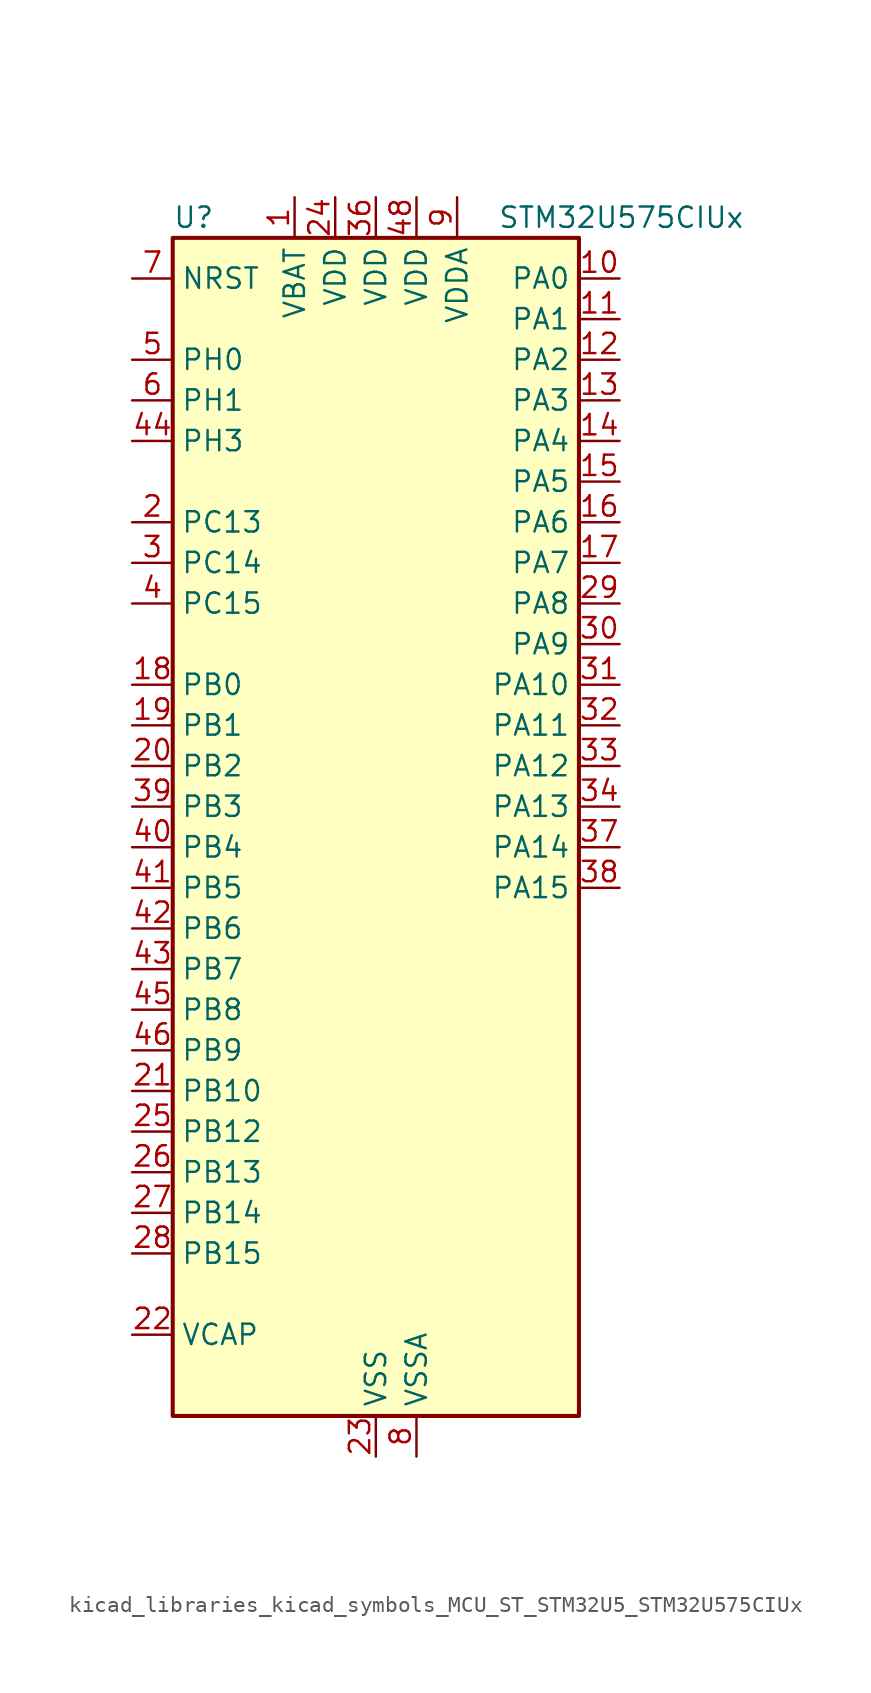
<source format=kicad_sym>
(kicad_symbol_lib
  (version 20220914)
  (generator kicad_symbol_editor)
  (symbol "kicad_libraries_kicad_symbols_MCU_ST_STM32U5_STM32U575CIUx"
    (property "Reference" "U"
      (at -12.7 39.37 0)
      (effects (font (size 1.27 1.27)) (justify left)))
    (property "Value" "STM32U575CIUx"
      (at 7.62 39.37 0)
      (effects (font (size 1.27 1.27)) (justify left)))
    (property "ki_locked" ""
      (at 0 0 0)
      (effects (font (size 1.27 1.27))))
    (symbol "kicad_libraries_kicad_symbols_MCU_ST_STM32U5_STM32U575CIUx_0_1"
      (rectangle (start -12.7 -35.56) (end 12.7 38.1) (stroke (width 0.254) (type default)) (fill (type background))))
    (symbol "kicad_libraries_kicad_symbols_MCU_ST_STM32U5_STM32U575CIUx_1_1"
      (pin power_in line (at -5.08 40.64 270) (length 2.54) (name "VBAT" (effects (font (size 1.27 1.27)))) (number "1" (effects (font (size 1.27 1.27)))))
      (pin bidirectional line (at 15.24 35.56 180) (length 2.54) (name "PA0" (effects (font (size 1.27 1.27)))) (number "10" (effects (font (size 1.27 1.27)))) (alternate "ADC1_IN5" bidirectional line) (alternate "AUDIOCLK" bidirectional line) (alternate "OCTOSPIM_P2_NCS" bidirectional line) (alternate "OPAMP1_VINP" bidirectional line) (alternate "PWR_WKUP1" bidirectional line) (alternate "SPI3_RDY" bidirectional line) (alternate "TAMP_IN2" bidirectional line) (alternate "TAMP_OUT1" bidirectional line) (alternate "TIM2_CH1" bidirectional line) (alternate "TIM2_ETR" bidirectional line) (alternate "TIM5_CH1" bidirectional line) (alternate "TIM8_ETR" bidirectional line) (alternate "UART4_TX" bidirectional line) (alternate "USART2_CTS" bidirectional line))
      (pin bidirectional line (at 15.24 33.02 180) (length 2.54) (name "PA1" (effects (font (size 1.27 1.27)))) (number "11" (effects (font (size 1.27 1.27)))) (alternate "ADC1_IN6" bidirectional line) (alternate "I2C1_SMBA" bidirectional line) (alternate "LPTIM1_CH2" bidirectional line) (alternate "OCTOSPIM_P1_DQS" bidirectional line) (alternate "OPAMP1_VINM" bidirectional line) (alternate "PWR_WKUP3" bidirectional line) (alternate "SPI1_SCK" bidirectional line) (alternate "TAMP_IN5" bidirectional line) (alternate "TAMP_OUT4" bidirectional line) (alternate "TIM15_CH1N" bidirectional line) (alternate "TIM2_CH2" bidirectional line) (alternate "TIM5_CH2" bidirectional line) (alternate "UART4_RX" bidirectional line) (alternate "USART2_DE" bidirectional line) (alternate "USART2_RTS" bidirectional line))
      (pin bidirectional line (at 15.24 30.48 180) (length 2.54) (name "PA2" (effects (font (size 1.27 1.27)))) (number "12" (effects (font (size 1.27 1.27)))) (alternate "ADC1_IN7" bidirectional line) (alternate "COMP1_INP" bidirectional line) (alternate "LPUART1_TX" bidirectional line) (alternate "OCTOSPIM_P1_NCS" bidirectional line) (alternate "PWR_WKUP4" bidirectional line) (alternate "RCC_LSCO" bidirectional line) (alternate "SPI1_RDY" bidirectional line) (alternate "TIM15_CH1" bidirectional line) (alternate "TIM2_CH3" bidirectional line) (alternate "TIM5_CH3" bidirectional line) (alternate "UCPD1_FRSTX1" bidirectional line) (alternate "USART2_TX" bidirectional line))
      (pin bidirectional line (at 15.24 27.94 180) (length 2.54) (name "PA3" (effects (font (size 1.27 1.27)))) (number "13" (effects (font (size 1.27 1.27)))) (alternate "ADC1_IN8" bidirectional line) (alternate "LPUART1_RX" bidirectional line) (alternate "OCTOSPIM_P1_CLK" bidirectional line) (alternate "OPAMP1_VOUT" bidirectional line) (alternate "PWR_WKUP5" bidirectional line) (alternate "SAI1_CK1" bidirectional line) (alternate "SAI1_MCLK_A" bidirectional line) (alternate "TIM15_CH2" bidirectional line) (alternate "TIM2_CH4" bidirectional line) (alternate "TIM5_CH4" bidirectional line) (alternate "USART2_RX" bidirectional line))
      (pin bidirectional line (at 15.24 25.4 180) (length 2.54) (name "PA4" (effects (font (size 1.27 1.27)))) (number "14" (effects (font (size 1.27 1.27)))) (alternate "ADC1_IN9" bidirectional line) (alternate "ADC4_IN9" bidirectional line) (alternate "DAC1_OUT1" bidirectional line) (alternate "LPTIM2_CH1" bidirectional line) (alternate "OCTOSPIM_P1_NCS" bidirectional line) (alternate "PWR_WKUP2" bidirectional line) (alternate "SAI1_FS_B" bidirectional line) (alternate "SPI1_NSS" bidirectional line) (alternate "SPI3_NSS" bidirectional line) (alternate "USART2_CK" bidirectional line))
      (pin bidirectional line (at 15.24 22.86 180) (length 2.54) (name "PA5" (effects (font (size 1.27 1.27)))) (number "15" (effects (font (size 1.27 1.27)))) (alternate "ADC1_IN10" bidirectional line) (alternate "ADC4_IN10" bidirectional line) (alternate "DAC1_OUT2" bidirectional line) (alternate "LPTIM2_ETR" bidirectional line) (alternate "PWR_CSLEEP" bidirectional line) (alternate "PWR_WKUP6" bidirectional line) (alternate "SPI1_SCK" bidirectional line) (alternate "TIM2_CH1" bidirectional line) (alternate "TIM2_ETR" bidirectional line) (alternate "TIM8_CH1N" bidirectional line) (alternate "USART3_RX" bidirectional line))
      (pin bidirectional line (at 15.24 20.32 180) (length 2.54) (name "PA6" (effects (font (size 1.27 1.27)))) (number "16" (effects (font (size 1.27 1.27)))) (alternate "ADC1_IN11" bidirectional line) (alternate "ADC4_IN11" bidirectional line) (alternate "LPUART1_CTS" bidirectional line) (alternate "OCTOSPIM_P1_IO3" bidirectional line) (alternate "OPAMP2_VINP" bidirectional line) (alternate "PWR_CDSTOP" bidirectional line) (alternate "PWR_WKUP7" bidirectional line) (alternate "SPI1_MISO" bidirectional line) (alternate "TIM16_CH1" bidirectional line) (alternate "TIM1_BKIN" bidirectional line) (alternate "TIM3_CH1" bidirectional line) (alternate "TIM8_BKIN" bidirectional line) (alternate "USART3_CTS" bidirectional line))
      (pin bidirectional line (at 15.24 17.78 180) (length 2.54) (name "PA7" (effects (font (size 1.27 1.27)))) (number "17" (effects (font (size 1.27 1.27)))) (alternate "ADC1_IN12" bidirectional line) (alternate "ADC4_IN20" bidirectional line) (alternate "I2C3_SCL" bidirectional line) (alternate "LPTIM2_CH2" bidirectional line) (alternate "OCTOSPIM_P1_IO2" bidirectional line) (alternate "OPAMP2_VINM" bidirectional line) (alternate "PWR_SRDSTOP" bidirectional line) (alternate "PWR_WKUP8" bidirectional line) (alternate "SPI1_MOSI" bidirectional line) (alternate "TIM17_CH1" bidirectional line) (alternate "TIM1_CH1N" bidirectional line) (alternate "TIM3_CH2" bidirectional line) (alternate "TIM8_CH1N" bidirectional line) (alternate "USART3_TX" bidirectional line))
      (pin bidirectional line (at -15.24 10.16 0) (length 2.54) (name "PB0" (effects (font (size 1.27 1.27)))) (number "18" (effects (font (size 1.27 1.27)))) (alternate "ADC1_IN15" bidirectional line) (alternate "ADC4_IN18" bidirectional line) (alternate "AUDIOCLK" bidirectional line) (alternate "COMP1_OUT" bidirectional line) (alternate "LPTIM3_CH1" bidirectional line) (alternate "OCTOSPIM_P1_IO1" bidirectional line) (alternate "OPAMP2_VOUT" bidirectional line) (alternate "SPI1_NSS" bidirectional line) (alternate "TIM1_CH2N" bidirectional line) (alternate "TIM3_CH3" bidirectional line) (alternate "TIM8_CH2N" bidirectional line) (alternate "USART3_CK" bidirectional line))
      (pin bidirectional line (at -15.24 7.62 0) (length 2.54) (name "PB1" (effects (font (size 1.27 1.27)))) (number "19" (effects (font (size 1.27 1.27)))) (alternate "ADC1_IN16" bidirectional line) (alternate "ADC4_IN19" bidirectional line) (alternate "COMP1_INM" bidirectional line) (alternate "LPTIM2_IN1" bidirectional line) (alternate "LPTIM3_CH2" bidirectional line) (alternate "LPUART1_DE" bidirectional line) (alternate "LPUART1_RTS" bidirectional line) (alternate "MDF1_SDI0" bidirectional line) (alternate "OCTOSPIM_P1_IO0" bidirectional line) (alternate "PWR_WKUP4" bidirectional line) (alternate "TIM1_CH3N" bidirectional line) (alternate "TIM3_CH4" bidirectional line) (alternate "TIM8_CH3N" bidirectional line) (alternate "USART3_DE" bidirectional line) (alternate "USART3_RTS" bidirectional line))
      (pin bidirectional line (at -15.24 20.32 0) (length 2.54) (name "PC13" (effects (font (size 1.27 1.27)))) (number "2" (effects (font (size 1.27 1.27)))) (alternate "PWR_WKUP2" bidirectional line) (alternate "RTC_OUT1" bidirectional line) (alternate "RTC_TS" bidirectional line) (alternate "TAMP_IN1" bidirectional line) (alternate "TAMP_OUT2" bidirectional line))
      (pin bidirectional line (at -15.24 5.08 0) (length 2.54) (name "PB2" (effects (font (size 1.27 1.27)))) (number "20" (effects (font (size 1.27 1.27)))) (alternate "ADC1_IN17" bidirectional line) (alternate "COMP1_INP" bidirectional line) (alternate "I2C3_SMBA" bidirectional line) (alternate "LPTIM1_CH1" bidirectional line) (alternate "MDF1_CKI0" bidirectional line) (alternate "OCTOSPIM_P1_DQS" bidirectional line) (alternate "PWR_WKUP1" bidirectional line) (alternate "RTC_OUT2" bidirectional line) (alternate "SPI1_RDY" bidirectional line) (alternate "TIM8_CH4N" bidirectional line) (alternate "UCPD1_FRSTX1" bidirectional line))
      (pin bidirectional line (at -15.24 -15.24 0) (length 2.54) (name "PB10" (effects (font (size 1.27 1.27)))) (number "21" (effects (font (size 1.27 1.27)))) (alternate "COMP1_OUT" bidirectional line) (alternate "I2C2_SCL" bidirectional line) (alternate "I2C4_SCL" bidirectional line) (alternate "LPTIM3_CH1" bidirectional line) (alternate "LPUART1_RX" bidirectional line) (alternate "OCTOSPIM_P1_CLK" bidirectional line) (alternate "PWR_WKUP8" bidirectional line) (alternate "SAI1_SCK_A" bidirectional line) (alternate "SPI2_SCK" bidirectional line) (alternate "TIM2_CH3" bidirectional line) (alternate "TSC_SYNC" bidirectional line) (alternate "USART3_TX" bidirectional line))
      (pin power_out line (at -15.24 -30.48 0) (length 2.54) (name "VCAP" (effects (font (size 1.27 1.27)))) (number "22" (effects (font (size 1.27 1.27)))))
      (pin power_in line (at 0 -38.1 90) (length 2.54) (name "VSS" (effects (font (size 1.27 1.27)))) (number "23" (effects (font (size 1.27 1.27)))))
      (pin power_in line (at -2.54 40.64 270) (length 2.54) (name "VDD" (effects (font (size 1.27 1.27)))) (number "24" (effects (font (size 1.27 1.27)))))
      (pin bidirectional line (at -15.24 -17.78 0) (length 2.54) (name "PB12" (effects (font (size 1.27 1.27)))) (number "25" (effects (font (size 1.27 1.27)))) (alternate "I2C2_SMBA" bidirectional line) (alternate "LPUART1_DE" bidirectional line) (alternate "LPUART1_RTS" bidirectional line) (alternate "MDF1_SDI1" bidirectional line) (alternate "OCTOSPIM_P1_NCLK" bidirectional line) (alternate "SPI2_NSS" bidirectional line) (alternate "TIM15_BKIN" bidirectional line) (alternate "TIM1_BKIN" bidirectional line) (alternate "TSC_G1_IO1" bidirectional line) (alternate "USART3_CK" bidirectional line))
      (pin bidirectional line (at -15.24 -20.32 0) (length 2.54) (name "PB13" (effects (font (size 1.27 1.27)))) (number "26" (effects (font (size 1.27 1.27)))) (alternate "I2C2_SCL" bidirectional line) (alternate "LPTIM3_IN1" bidirectional line) (alternate "LPUART1_CTS" bidirectional line) (alternate "MDF1_CKI1" bidirectional line) (alternate "SPI2_SCK" bidirectional line) (alternate "TIM15_CH1N" bidirectional line) (alternate "TIM1_CH1N" bidirectional line) (alternate "TSC_G1_IO2" bidirectional line) (alternate "USART3_CTS" bidirectional line))
      (pin bidirectional line (at -15.24 -22.86 0) (length 2.54) (name "PB14" (effects (font (size 1.27 1.27)))) (number "27" (effects (font (size 1.27 1.27)))) (alternate "I2C2_SDA" bidirectional line) (alternate "LPTIM3_ETR" bidirectional line) (alternate "MDF1_SDI2" bidirectional line) (alternate "SPI2_MISO" bidirectional line) (alternate "TIM15_CH1" bidirectional line) (alternate "TIM1_CH2N" bidirectional line) (alternate "TIM8_CH2N" bidirectional line) (alternate "TSC_G1_IO3" bidirectional line) (alternate "UCPD1_DBCC2" bidirectional line) (alternate "USART3_DE" bidirectional line) (alternate "USART3_RTS" bidirectional line))
      (pin bidirectional line (at -15.24 -25.4 0) (length 2.54) (name "PB15" (effects (font (size 1.27 1.27)))) (number "28" (effects (font (size 1.27 1.27)))) (alternate "ADC1_EXTI15" bidirectional line) (alternate "ADC4_EXTI15" bidirectional line) (alternate "LPTIM2_IN2" bidirectional line) (alternate "MDF1_CKI2" bidirectional line) (alternate "PWR_WKUP7" bidirectional line) (alternate "RTC_REFIN" bidirectional line) (alternate "SPI2_MOSI" bidirectional line) (alternate "TIM15_CH2" bidirectional line) (alternate "TIM1_CH3N" bidirectional line) (alternate "TIM8_CH3N" bidirectional line) (alternate "UCPD1_CC2" bidirectional line))
      (pin bidirectional line (at 15.24 15.24 180) (length 2.54) (name "PA8" (effects (font (size 1.27 1.27)))) (number "29" (effects (font (size 1.27 1.27)))) (alternate "DEBUG_TRACECLK" bidirectional line) (alternate "LPTIM2_CH1" bidirectional line) (alternate "RCC_MCO" bidirectional line) (alternate "SAI1_CK2" bidirectional line) (alternate "SAI1_SCK_A" bidirectional line) (alternate "SPI1_RDY" bidirectional line) (alternate "TIM1_CH1" bidirectional line) (alternate "USART1_CK" bidirectional line) (alternate "USB_OTG_FS_SOF" bidirectional line))
      (pin bidirectional line (at -15.24 17.78 0) (length 2.54) (name "PC14" (effects (font (size 1.27 1.27)))) (number "3" (effects (font (size 1.27 1.27)))) (alternate "RCC_OSC32_IN" bidirectional line))
      (pin bidirectional line (at 15.24 12.7 180) (length 2.54) (name "PA9" (effects (font (size 1.27 1.27)))) (number "30" (effects (font (size 1.27 1.27)))) (alternate "DAC1_EXTI9" bidirectional line) (alternate "SAI1_FS_A" bidirectional line) (alternate "SPI2_SCK" bidirectional line) (alternate "TIM15_BKIN" bidirectional line) (alternate "TIM1_CH2" bidirectional line) (alternate "USART1_TX" bidirectional line) (alternate "USB_OTG_FS_VBUS" bidirectional line))
      (pin bidirectional line (at 15.24 10.16 180) (length 2.54) (name "PA10" (effects (font (size 1.27 1.27)))) (number "31" (effects (font (size 1.27 1.27)))) (alternate "CRS_SYNC" bidirectional line) (alternate "LPTIM2_IN2" bidirectional line) (alternate "SAI1_D1" bidirectional line) (alternate "SAI1_SD_A" bidirectional line) (alternate "TIM17_BKIN" bidirectional line) (alternate "TIM1_CH3" bidirectional line) (alternate "USART1_RX" bidirectional line) (alternate "USB_OTG_FS_ID" bidirectional line))
      (pin bidirectional line (at 15.24 7.62 180) (length 2.54) (name "PA11" (effects (font (size 1.27 1.27)))) (number "32" (effects (font (size 1.27 1.27)))) (alternate "ADC1_EXTI11" bidirectional line) (alternate "FDCAN1_RX" bidirectional line) (alternate "SPI1_MISO" bidirectional line) (alternate "TIM1_BKIN2" bidirectional line) (alternate "TIM1_CH4" bidirectional line) (alternate "USART1_CTS" bidirectional line) (alternate "USB_OTG_FS_DM" bidirectional line))
      (pin bidirectional line (at 15.24 5.08 180) (length 2.54) (name "PA12" (effects (font (size 1.27 1.27)))) (number "33" (effects (font (size 1.27 1.27)))) (alternate "FDCAN1_TX" bidirectional line) (alternate "OCTOSPIM_P2_NCS" bidirectional line) (alternate "SPI1_MOSI" bidirectional line) (alternate "TIM1_ETR" bidirectional line) (alternate "USART1_DE" bidirectional line) (alternate "USART1_RTS" bidirectional line) (alternate "USB_OTG_FS_DP" bidirectional line))
      (pin bidirectional line (at 15.24 2.54 180) (length 2.54) (name "PA13" (effects (font (size 1.27 1.27)))) (number "34" (effects (font (size 1.27 1.27)))) (alternate "DEBUG_JTMS-SWDIO" bidirectional line) (alternate "IR_OUT" bidirectional line) (alternate "SAI1_SD_B" bidirectional line) (alternate "USB_OTG_FS_NOE" bidirectional line))
      (pin passive line (at 0 -38.1 90) (length 2.54) hide (name "VSS" (effects (font (size 1.27 1.27)))) (number "35" (effects (font (size 1.27 1.27)))))
      (pin power_in line (at 0 40.64 270) (length 2.54) (name "VDD" (effects (font (size 1.27 1.27)))) (number "36" (effects (font (size 1.27 1.27)))))
      (pin bidirectional line (at 15.24 0 180) (length 2.54) (name "PA14" (effects (font (size 1.27 1.27)))) (number "37" (effects (font (size 1.27 1.27)))) (alternate "DEBUG_JTCK-SWCLK" bidirectional line) (alternate "I2C1_SMBA" bidirectional line) (alternate "I2C4_SMBA" bidirectional line) (alternate "LPTIM1_CH1" bidirectional line) (alternate "SAI1_FS_B" bidirectional line) (alternate "USB_OTG_FS_SOF" bidirectional line))
      (pin bidirectional line (at 15.24 -2.54 180) (length 2.54) (name "PA15" (effects (font (size 1.27 1.27)))) (number "38" (effects (font (size 1.27 1.27)))) (alternate "ADC1_EXTI15" bidirectional line) (alternate "ADC4_EXTI15" bidirectional line) (alternate "DEBUG_JTDI" bidirectional line) (alternate "SPI1_NSS" bidirectional line) (alternate "SPI3_NSS" bidirectional line) (alternate "TIM2_CH1" bidirectional line) (alternate "TIM2_ETR" bidirectional line) (alternate "UART4_DE" bidirectional line) (alternate "UART4_RTS" bidirectional line) (alternate "UCPD1_CC1" bidirectional line) (alternate "USART2_RX" bidirectional line) (alternate "USART3_DE" bidirectional line) (alternate "USART3_RTS" bidirectional line))
      (pin bidirectional line (at -15.24 2.54 0) (length 2.54) (name "PB3" (effects (font (size 1.27 1.27)))) (number "39" (effects (font (size 1.27 1.27)))) (alternate "ADF1_CCK0" bidirectional line) (alternate "COMP2_INM" bidirectional line) (alternate "CRS_SYNC" bidirectional line) (alternate "DEBUG_JTDO-SWO" bidirectional line) (alternate "I2C1_SDA" bidirectional line) (alternate "LPTIM1_CH1" bidirectional line) (alternate "SAI1_SCK_B" bidirectional line) (alternate "SPI1_SCK" bidirectional line) (alternate "SPI3_SCK" bidirectional line) (alternate "TIM2_CH2" bidirectional line) (alternate "USART1_DE" bidirectional line) (alternate "USART1_RTS" bidirectional line))
      (pin bidirectional line (at -15.24 15.24 0) (length 2.54) (name "PC15" (effects (font (size 1.27 1.27)))) (number "4" (effects (font (size 1.27 1.27)))) (alternate "ADC1_EXTI15" bidirectional line) (alternate "ADC4_EXTI15" bidirectional line) (alternate "RCC_OSC32_OUT" bidirectional line))
      (pin bidirectional line (at -15.24 0 0) (length 2.54) (name "PB4" (effects (font (size 1.27 1.27)))) (number "40" (effects (font (size 1.27 1.27)))) (alternate "ADF1_SDI0" bidirectional line) (alternate "COMP2_INP" bidirectional line) (alternate "DEBUG_JTRST" bidirectional line) (alternate "I2C3_SDA" bidirectional line) (alternate "LPTIM1_CH2" bidirectional line) (alternate "SAI1_MCLK_B" bidirectional line) (alternate "SPI1_MISO" bidirectional line) (alternate "SPI3_MISO" bidirectional line) (alternate "TIM17_BKIN" bidirectional line) (alternate "TIM3_CH1" bidirectional line) (alternate "TSC_G2_IO1" bidirectional line) (alternate "USART1_CTS" bidirectional line))
      (pin bidirectional line (at -15.24 -2.54 0) (length 2.54) (name "PB5" (effects (font (size 1.27 1.27)))) (number "41" (effects (font (size 1.27 1.27)))) (alternate "COMP2_OUT" bidirectional line) (alternate "I2C1_SMBA" bidirectional line) (alternate "LPTIM1_IN1" bidirectional line) (alternate "OCTOSPIM_P1_NCLK" bidirectional line) (alternate "PWR_WKUP6" bidirectional line) (alternate "SAI1_SD_B" bidirectional line) (alternate "SPI1_MOSI" bidirectional line) (alternate "SPI3_MOSI" bidirectional line) (alternate "TIM16_BKIN" bidirectional line) (alternate "TIM3_CH2" bidirectional line) (alternate "TSC_G2_IO2" bidirectional line) (alternate "UCPD1_DBCC1" bidirectional line) (alternate "USART1_CK" bidirectional line))
      (pin bidirectional line (at -15.24 -5.08 0) (length 2.54) (name "PB6" (effects (font (size 1.27 1.27)))) (number "42" (effects (font (size 1.27 1.27)))) (alternate "COMP2_INP" bidirectional line) (alternate "I2C1_SCL" bidirectional line) (alternate "I2C4_SCL" bidirectional line) (alternate "LPTIM1_ETR" bidirectional line) (alternate "MDF1_SDI5" bidirectional line) (alternate "PWR_WKUP3" bidirectional line) (alternate "SAI1_FS_B" bidirectional line) (alternate "TIM16_CH1N" bidirectional line) (alternate "TIM4_CH1" bidirectional line) (alternate "TIM8_BKIN2" bidirectional line) (alternate "TSC_G2_IO3" bidirectional line) (alternate "USART1_TX" bidirectional line))
      (pin bidirectional line (at -15.24 -7.62 0) (length 2.54) (name "PB7" (effects (font (size 1.27 1.27)))) (number "43" (effects (font (size 1.27 1.27)))) (alternate "COMP2_INM" bidirectional line) (alternate "I2C1_SDA" bidirectional line) (alternate "I2C4_SDA" bidirectional line) (alternate "LPTIM1_IN2" bidirectional line) (alternate "MDF1_CKI5" bidirectional line) (alternate "PWR_PVD_IN" bidirectional line) (alternate "PWR_WKUP4" bidirectional line) (alternate "TIM17_CH1N" bidirectional line) (alternate "TIM4_CH2" bidirectional line) (alternate "TIM8_BKIN" bidirectional line) (alternate "TSC_G2_IO4" bidirectional line) (alternate "UART4_CTS" bidirectional line) (alternate "USART1_RX" bidirectional line))
      (pin bidirectional line (at -15.24 25.4 0) (length 2.54) (name "PH3" (effects (font (size 1.27 1.27)))) (number "44" (effects (font (size 1.27 1.27)))))
      (pin bidirectional line (at -15.24 -10.16 0) (length 2.54) (name "PB8" (effects (font (size 1.27 1.27)))) (number "45" (effects (font (size 1.27 1.27)))) (alternate "FDCAN1_RX" bidirectional line) (alternate "I2C1_SCL" bidirectional line) (alternate "MDF1_CCK0" bidirectional line) (alternate "PWR_WKUP5" bidirectional line) (alternate "SAI1_CK1" bidirectional line) (alternate "SAI1_MCLK_A" bidirectional line) (alternate "SPI3_RDY" bidirectional line) (alternate "TIM16_CH1" bidirectional line) (alternate "TIM4_CH3" bidirectional line))
      (pin bidirectional line (at -15.24 -12.7 0) (length 2.54) (name "PB9" (effects (font (size 1.27 1.27)))) (number "46" (effects (font (size 1.27 1.27)))) (alternate "DAC1_EXTI9" bidirectional line) (alternate "FDCAN1_TX" bidirectional line) (alternate "I2C1_SDA" bidirectional line) (alternate "IR_OUT" bidirectional line) (alternate "SAI1_D2" bidirectional line) (alternate "SAI1_FS_A" bidirectional line) (alternate "SPI2_NSS" bidirectional line) (alternate "TIM17_CH1" bidirectional line) (alternate "TIM4_CH4" bidirectional line))
      (pin passive line (at 0 -38.1 90) (length 2.54) hide (name "VSS" (effects (font (size 1.27 1.27)))) (number "47" (effects (font (size 1.27 1.27)))))
      (pin power_in line (at 2.54 40.64 270) (length 2.54) (name "VDD" (effects (font (size 1.27 1.27)))) (number "48" (effects (font (size 1.27 1.27)))))
      (pin passive line (at 0 -38.1 90) (length 2.54) hide (name "VSS" (effects (font (size 1.27 1.27)))) (number "49" (effects (font (size 1.27 1.27)))))
      (pin bidirectional line (at -15.24 30.48 0) (length 2.54) (name "PH0" (effects (font (size 1.27 1.27)))) (number "5" (effects (font (size 1.27 1.27)))) (alternate "RCC_OSC_IN" bidirectional line))
      (pin bidirectional line (at -15.24 27.94 0) (length 2.54) (name "PH1" (effects (font (size 1.27 1.27)))) (number "6" (effects (font (size 1.27 1.27)))) (alternate "RCC_OSC_OUT" bidirectional line))
      (pin input line (at -15.24 35.56 0) (length 2.54) (name "NRST" (effects (font (size 1.27 1.27)))) (number "7" (effects (font (size 1.27 1.27)))))
      (pin power_in line (at 2.54 -38.1 90) (length 2.54) (name "VSSA" (effects (font (size 1.27 1.27)))) (number "8" (effects (font (size 1.27 1.27)))))
      (pin power_in line (at 5.08 40.64 270) (length 2.54) (name "VDDA" (effects (font (size 1.27 1.27)))) (number "9" (effects (font (size 1.27 1.27))))))))
</source>
